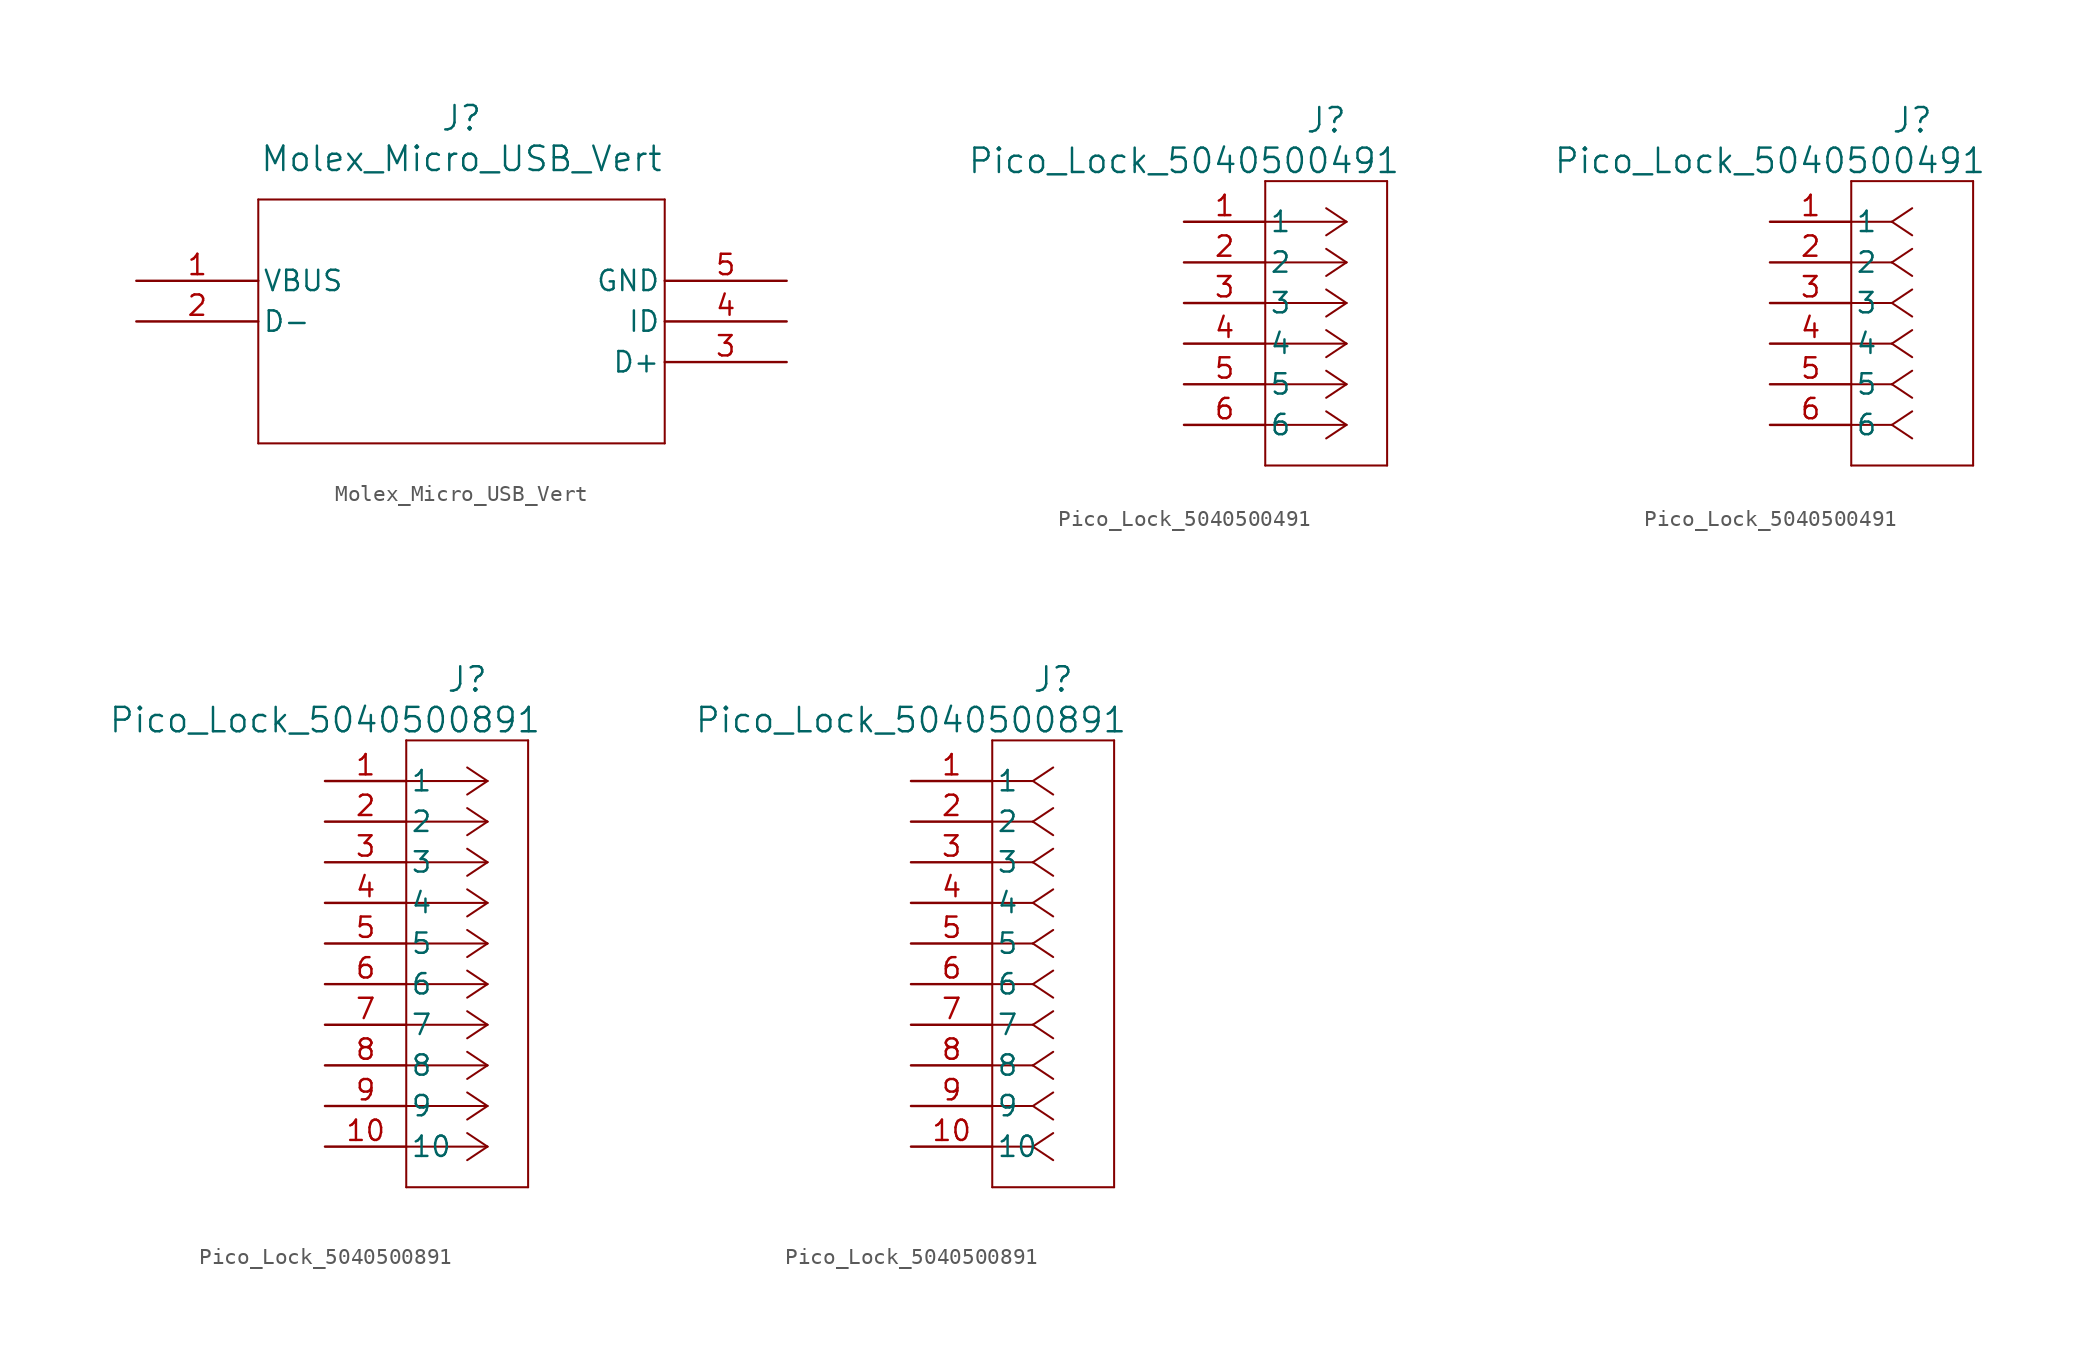
<source format=kicad_sym>
(kicad_symbol_lib
  (version 20220914)
  (generator kicad_symbol_editor)
  (symbol "Molex_Micro_USB_Vert"
    (pin_names
      (offset 0.254))
    (property "Reference" "J"
      (at 20.32 10.16 0)
      (effects (font (size 1.524 1.524))))
    (property "Value" "Molex_Micro_USB_Vert"
      (at 20.32 7.62 0)
      (effects (font (size 1.524 1.524))))
    (property "ki_locked" ""
      (at 0 0 0)
      (effects (font (size 1.27 1.27))))
    (symbol "Molex_Micro_USB_Vert_0_1"
      (polyline (pts (xy 7.62 -10.16) (xy 33.02 -10.16)) (stroke (width 0.127) (type default)) (fill (type none)))
      (polyline (pts (xy 7.62 5.08) (xy 7.62 -10.16)) (stroke (width 0.127) (type default)) (fill (type none)))
      (polyline (pts (xy 33.02 -10.16) (xy 33.02 5.08)) (stroke (width 0.127) (type default)) (fill (type none)))
      (polyline (pts (xy 33.02 5.08) (xy 7.62 5.08)) (stroke (width 0.127) (type default)) (fill (type none)))
      (pin power_in line (at 0 0 0) (length 7.62) (name "VBUS" (effects (font (size 1.27 1.27)))) (number "1" (effects (font (size 1.27 1.27)))))
      (pin bidirectional line (at 0 -2.54 0) (length 7.62) (name "D-" (effects (font (size 1.27 1.27)))) (number "2" (effects (font (size 1.27 1.27)))))
      (pin bidirectional line (at 40.64 -5.08 180) (length 7.62) (name "D+" (effects (font (size 1.27 1.27)))) (number "3" (effects (font (size 1.27 1.27)))))
      (pin bidirectional line (at 40.64 -2.54 180) (length 7.62) (name "ID" (effects (font (size 1.27 1.27)))) (number "4" (effects (font (size 1.27 1.27)))))
      (pin power_out line (at 40.64 0 180) (length 7.62) (name "GND" (effects (font (size 1.27 1.27)))) (number "5" (effects (font (size 1.27 1.27)))))))
  (symbol "Pico_Lock_5040500491"
    (pin_names
      (offset 0.254))
    (property "Reference" "J"
      (at 8.89 6.35 0)
      (effects (font (size 1.524 1.524))))
    (property "Value" "Pico_Lock_5040500491"
      (at 0 3.81 0)
      (effects (font (size 1.524 1.524))))
    (property "ki_locked" ""
      (at 0 0 0)
      (effects (font (size 1.27 1.27))))
    (symbol "Pico_Lock_5040500491_1_1"
      (polyline (pts (xy 5.08 -15.24) (xy 12.7 -15.24)) (stroke (width 0.127) (type default)) (fill (type none)))
      (polyline (pts (xy 5.08 2.54) (xy 5.08 -15.24)) (stroke (width 0.127) (type default)) (fill (type none)))
      (polyline (pts (xy 10.16 -12.7) (xy 5.08 -12.7)) (stroke (width 0.127) (type default)) (fill (type none)))
      (polyline (pts (xy 10.16 -12.7) (xy 8.89 -13.547)) (stroke (width 0.127) (type default)) (fill (type none)))
      (polyline (pts (xy 10.16 -12.7) (xy 8.89 -11.853)) (stroke (width 0.127) (type default)) (fill (type none)))
      (polyline (pts (xy 10.16 -10.16) (xy 5.08 -10.16)) (stroke (width 0.127) (type default)) (fill (type none)))
      (polyline (pts (xy 10.16 -10.16) (xy 8.89 -11.007)) (stroke (width 0.127) (type default)) (fill (type none)))
      (polyline (pts (xy 10.16 -10.16) (xy 8.89 -9.313)) (stroke (width 0.127) (type default)) (fill (type none)))
      (polyline (pts (xy 10.16 -7.62) (xy 5.08 -7.62)) (stroke (width 0.127) (type default)) (fill (type none)))
      (polyline (pts (xy 10.16 -7.62) (xy 8.89 -8.467)) (stroke (width 0.127) (type default)) (fill (type none)))
      (polyline (pts (xy 10.16 -7.62) (xy 8.89 -6.773)) (stroke (width 0.127) (type default)) (fill (type none)))
      (polyline (pts (xy 10.16 -5.08) (xy 5.08 -5.08)) (stroke (width 0.127) (type default)) (fill (type none)))
      (polyline (pts (xy 10.16 -5.08) (xy 8.89 -5.927)) (stroke (width 0.127) (type default)) (fill (type none)))
      (polyline (pts (xy 10.16 -5.08) (xy 8.89 -4.233)) (stroke (width 0.127) (type default)) (fill (type none)))
      (polyline (pts (xy 10.16 -2.54) (xy 5.08 -2.54)) (stroke (width 0.127) (type default)) (fill (type none)))
      (polyline (pts (xy 10.16 -2.54) (xy 8.89 -3.387)) (stroke (width 0.127) (type default)) (fill (type none)))
      (polyline (pts (xy 10.16 -2.54) (xy 8.89 -1.693)) (stroke (width 0.127) (type default)) (fill (type none)))
      (polyline (pts (xy 10.16 0) (xy 5.08 0)) (stroke (width 0.127) (type default)) (fill (type none)))
      (polyline (pts (xy 10.16 0) (xy 8.89 -0.847)) (stroke (width 0.127) (type default)) (fill (type none)))
      (polyline (pts (xy 10.16 0) (xy 8.89 0.847)) (stroke (width 0.127) (type default)) (fill (type none)))
      (polyline (pts (xy 12.7 -15.24) (xy 12.7 2.54)) (stroke (width 0.127) (type default)) (fill (type none)))
      (polyline (pts (xy 12.7 2.54) (xy 5.08 2.54)) (stroke (width 0.127) (type default)) (fill (type none)))
      (pin unspecified line (at 0 0 0) (length 5.08) (name "1" (effects (font (size 1.27 1.27)))) (number "1" (effects (font (size 1.27 1.27)))))
      (pin unspecified line (at 0 -2.54 0) (length 5.08) (name "2" (effects (font (size 1.27 1.27)))) (number "2" (effects (font (size 1.27 1.27)))))
      (pin unspecified line (at 0 -5.08 0) (length 5.08) (name "3" (effects (font (size 1.27 1.27)))) (number "3" (effects (font (size 1.27 1.27)))))
      (pin unspecified line (at 0 -7.62 0) (length 5.08) (name "4" (effects (font (size 1.27 1.27)))) (number "4" (effects (font (size 1.27 1.27)))))
      (pin unspecified line (at 0 -10.16 0) (length 5.08) (name "5" (effects (font (size 1.27 1.27)))) (number "5" (effects (font (size 1.27 1.27)))))
      (pin unspecified line (at 0 -12.7 0) (length 5.08) (name "6" (effects (font (size 1.27 1.27)))) (number "6" (effects (font (size 1.27 1.27))))))
    (symbol "Pico_Lock_5040500491_1_2"
      (polyline (pts (xy 5.08 -15.24) (xy 12.7 -15.24)) (stroke (width 0.127) (type default)) (fill (type none)))
      (polyline (pts (xy 5.08 2.54) (xy 5.08 -15.24)) (stroke (width 0.127) (type default)) (fill (type none)))
      (polyline (pts (xy 7.62 -12.7) (xy 5.08 -12.7)) (stroke (width 0.127) (type default)) (fill (type none)))
      (polyline (pts (xy 7.62 -12.7) (xy 8.89 -13.547)) (stroke (width 0.127) (type default)) (fill (type none)))
      (polyline (pts (xy 7.62 -12.7) (xy 8.89 -11.853)) (stroke (width 0.127) (type default)) (fill (type none)))
      (polyline (pts (xy 7.62 -10.16) (xy 5.08 -10.16)) (stroke (width 0.127) (type default)) (fill (type none)))
      (polyline (pts (xy 7.62 -10.16) (xy 8.89 -11.007)) (stroke (width 0.127) (type default)) (fill (type none)))
      (polyline (pts (xy 7.62 -10.16) (xy 8.89 -9.313)) (stroke (width 0.127) (type default)) (fill (type none)))
      (polyline (pts (xy 7.62 -7.62) (xy 5.08 -7.62)) (stroke (width 0.127) (type default)) (fill (type none)))
      (polyline (pts (xy 7.62 -7.62) (xy 8.89 -8.467)) (stroke (width 0.127) (type default)) (fill (type none)))
      (polyline (pts (xy 7.62 -7.62) (xy 8.89 -6.773)) (stroke (width 0.127) (type default)) (fill (type none)))
      (polyline (pts (xy 7.62 -5.08) (xy 5.08 -5.08)) (stroke (width 0.127) (type default)) (fill (type none)))
      (polyline (pts (xy 7.62 -5.08) (xy 8.89 -5.927)) (stroke (width 0.127) (type default)) (fill (type none)))
      (polyline (pts (xy 7.62 -5.08) (xy 8.89 -4.233)) (stroke (width 0.127) (type default)) (fill (type none)))
      (polyline (pts (xy 7.62 -2.54) (xy 5.08 -2.54)) (stroke (width 0.127) (type default)) (fill (type none)))
      (polyline (pts (xy 7.62 -2.54) (xy 8.89 -3.387)) (stroke (width 0.127) (type default)) (fill (type none)))
      (polyline (pts (xy 7.62 -2.54) (xy 8.89 -1.693)) (stroke (width 0.127) (type default)) (fill (type none)))
      (polyline (pts (xy 7.62 0) (xy 5.08 0)) (stroke (width 0.127) (type default)) (fill (type none)))
      (polyline (pts (xy 7.62 0) (xy 8.89 -0.847)) (stroke (width 0.127) (type default)) (fill (type none)))
      (polyline (pts (xy 7.62 0) (xy 8.89 0.847)) (stroke (width 0.127) (type default)) (fill (type none)))
      (polyline (pts (xy 12.7 -15.24) (xy 12.7 2.54)) (stroke (width 0.127) (type default)) (fill (type none)))
      (polyline (pts (xy 12.7 2.54) (xy 5.08 2.54)) (stroke (width 0.127) (type default)) (fill (type none)))
      (pin unspecified line (at 0 0 0) (length 5.08) (name "1" (effects (font (size 1.27 1.27)))) (number "1" (effects (font (size 1.27 1.27)))))
      (pin unspecified line (at 0 -2.54 0) (length 5.08) (name "2" (effects (font (size 1.27 1.27)))) (number "2" (effects (font (size 1.27 1.27)))))
      (pin unspecified line (at 0 -5.08 0) (length 5.08) (name "3" (effects (font (size 1.27 1.27)))) (number "3" (effects (font (size 1.27 1.27)))))
      (pin unspecified line (at 0 -7.62 0) (length 5.08) (name "4" (effects (font (size 1.27 1.27)))) (number "4" (effects (font (size 1.27 1.27)))))
      (pin unspecified line (at 0 -10.16 0) (length 5.08) (name "5" (effects (font (size 1.27 1.27)))) (number "5" (effects (font (size 1.27 1.27)))))
      (pin unspecified line (at 0 -12.7 0) (length 5.08) (name "6" (effects (font (size 1.27 1.27)))) (number "6" (effects (font (size 1.27 1.27)))))))
  (symbol "Pico_Lock_5040500891"
    (pin_names
      (offset 0.254))
    (property "Reference" "J"
      (at 8.89 6.35 0)
      (effects (font (size 1.524 1.524))))
    (property "Value" "Pico_Lock_5040500891"
      (at 0 3.81 0)
      (effects (font (size 1.524 1.524))))
    (property "ki_locked" ""
      (at 0 0 0)
      (effects (font (size 1.27 1.27))))
    (symbol "Pico_Lock_5040500891_1_1"
      (polyline (pts (xy 5.08 -25.4) (xy 12.7 -25.4)) (stroke (width 0.127) (type default)) (fill (type none)))
      (polyline (pts (xy 5.08 2.54) (xy 5.08 -25.4)) (stroke (width 0.127) (type default)) (fill (type none)))
      (polyline (pts (xy 10.16 -22.86) (xy 5.08 -22.86)) (stroke (width 0.127) (type default)) (fill (type none)))
      (polyline (pts (xy 10.16 -22.86) (xy 8.89 -23.707)) (stroke (width 0.127) (type default)) (fill (type none)))
      (polyline (pts (xy 10.16 -22.86) (xy 8.89 -22.013)) (stroke (width 0.127) (type default)) (fill (type none)))
      (polyline (pts (xy 10.16 -20.32) (xy 5.08 -20.32)) (stroke (width 0.127) (type default)) (fill (type none)))
      (polyline (pts (xy 10.16 -20.32) (xy 8.89 -21.167)) (stroke (width 0.127) (type default)) (fill (type none)))
      (polyline (pts (xy 10.16 -20.32) (xy 8.89 -19.473)) (stroke (width 0.127) (type default)) (fill (type none)))
      (polyline (pts (xy 10.16 -17.78) (xy 5.08 -17.78)) (stroke (width 0.127) (type default)) (fill (type none)))
      (polyline (pts (xy 10.16 -17.78) (xy 8.89 -18.627)) (stroke (width 0.127) (type default)) (fill (type none)))
      (polyline (pts (xy 10.16 -17.78) (xy 8.89 -16.933)) (stroke (width 0.127) (type default)) (fill (type none)))
      (polyline (pts (xy 10.16 -15.24) (xy 5.08 -15.24)) (stroke (width 0.127) (type default)) (fill (type none)))
      (polyline (pts (xy 10.16 -15.24) (xy 8.89 -16.087)) (stroke (width 0.127) (type default)) (fill (type none)))
      (polyline (pts (xy 10.16 -15.24) (xy 8.89 -14.393)) (stroke (width 0.127) (type default)) (fill (type none)))
      (polyline (pts (xy 10.16 -12.7) (xy 5.08 -12.7)) (stroke (width 0.127) (type default)) (fill (type none)))
      (polyline (pts (xy 10.16 -12.7) (xy 8.89 -13.547)) (stroke (width 0.127) (type default)) (fill (type none)))
      (polyline (pts (xy 10.16 -12.7) (xy 8.89 -11.853)) (stroke (width 0.127) (type default)) (fill (type none)))
      (polyline (pts (xy 10.16 -10.16) (xy 5.08 -10.16)) (stroke (width 0.127) (type default)) (fill (type none)))
      (polyline (pts (xy 10.16 -10.16) (xy 8.89 -11.007)) (stroke (width 0.127) (type default)) (fill (type none)))
      (polyline (pts (xy 10.16 -10.16) (xy 8.89 -9.313)) (stroke (width 0.127) (type default)) (fill (type none)))
      (polyline (pts (xy 10.16 -7.62) (xy 5.08 -7.62)) (stroke (width 0.127) (type default)) (fill (type none)))
      (polyline (pts (xy 10.16 -7.62) (xy 8.89 -8.467)) (stroke (width 0.127) (type default)) (fill (type none)))
      (polyline (pts (xy 10.16 -7.62) (xy 8.89 -6.773)) (stroke (width 0.127) (type default)) (fill (type none)))
      (polyline (pts (xy 10.16 -5.08) (xy 5.08 -5.08)) (stroke (width 0.127) (type default)) (fill (type none)))
      (polyline (pts (xy 10.16 -5.08) (xy 8.89 -5.927)) (stroke (width 0.127) (type default)) (fill (type none)))
      (polyline (pts (xy 10.16 -5.08) (xy 8.89 -4.233)) (stroke (width 0.127) (type default)) (fill (type none)))
      (polyline (pts (xy 10.16 -2.54) (xy 5.08 -2.54)) (stroke (width 0.127) (type default)) (fill (type none)))
      (polyline (pts (xy 10.16 -2.54) (xy 8.89 -3.387)) (stroke (width 0.127) (type default)) (fill (type none)))
      (polyline (pts (xy 10.16 -2.54) (xy 8.89 -1.693)) (stroke (width 0.127) (type default)) (fill (type none)))
      (polyline (pts (xy 10.16 0) (xy 5.08 0)) (stroke (width 0.127) (type default)) (fill (type none)))
      (polyline (pts (xy 10.16 0) (xy 8.89 -0.847)) (stroke (width 0.127) (type default)) (fill (type none)))
      (polyline (pts (xy 10.16 0) (xy 8.89 0.847)) (stroke (width 0.127) (type default)) (fill (type none)))
      (polyline (pts (xy 12.7 -25.4) (xy 12.7 2.54)) (stroke (width 0.127) (type default)) (fill (type none)))
      (polyline (pts (xy 12.7 2.54) (xy 5.08 2.54)) (stroke (width 0.127) (type default)) (fill (type none)))
      (pin unspecified line (at 0 0 0) (length 5.08) (name "1" (effects (font (size 1.27 1.27)))) (number "1" (effects (font (size 1.27 1.27)))))
      (pin unspecified line (at 0 -22.86 0) (length 5.08) (name "10" (effects (font (size 1.27 1.27)))) (number "10" (effects (font (size 1.27 1.27)))))
      (pin unspecified line (at 0 -2.54 0) (length 5.08) (name "2" (effects (font (size 1.27 1.27)))) (number "2" (effects (font (size 1.27 1.27)))))
      (pin unspecified line (at 0 -5.08 0) (length 5.08) (name "3" (effects (font (size 1.27 1.27)))) (number "3" (effects (font (size 1.27 1.27)))))
      (pin unspecified line (at 0 -7.62 0) (length 5.08) (name "4" (effects (font (size 1.27 1.27)))) (number "4" (effects (font (size 1.27 1.27)))))
      (pin unspecified line (at 0 -10.16 0) (length 5.08) (name "5" (effects (font (size 1.27 1.27)))) (number "5" (effects (font (size 1.27 1.27)))))
      (pin unspecified line (at 0 -12.7 0) (length 5.08) (name "6" (effects (font (size 1.27 1.27)))) (number "6" (effects (font (size 1.27 1.27)))))
      (pin unspecified line (at 0 -15.24 0) (length 5.08) (name "7" (effects (font (size 1.27 1.27)))) (number "7" (effects (font (size 1.27 1.27)))))
      (pin unspecified line (at 0 -17.78 0) (length 5.08) (name "8" (effects (font (size 1.27 1.27)))) (number "8" (effects (font (size 1.27 1.27)))))
      (pin unspecified line (at 0 -20.32 0) (length 5.08) (name "9" (effects (font (size 1.27 1.27)))) (number "9" (effects (font (size 1.27 1.27))))))
    (symbol "Pico_Lock_5040500891_1_2"
      (polyline (pts (xy 5.08 -25.4) (xy 12.7 -25.4)) (stroke (width 0.127) (type default)) (fill (type none)))
      (polyline (pts (xy 5.08 2.54) (xy 5.08 -25.4)) (stroke (width 0.127) (type default)) (fill (type none)))
      (polyline (pts (xy 7.62 -22.86) (xy 5.08 -22.86)) (stroke (width 0.127) (type default)) (fill (type none)))
      (polyline (pts (xy 7.62 -22.86) (xy 8.89 -23.707)) (stroke (width 0.127) (type default)) (fill (type none)))
      (polyline (pts (xy 7.62 -22.86) (xy 8.89 -22.013)) (stroke (width 0.127) (type default)) (fill (type none)))
      (polyline (pts (xy 7.62 -20.32) (xy 5.08 -20.32)) (stroke (width 0.127) (type default)) (fill (type none)))
      (polyline (pts (xy 7.62 -20.32) (xy 8.89 -21.167)) (stroke (width 0.127) (type default)) (fill (type none)))
      (polyline (pts (xy 7.62 -20.32) (xy 8.89 -19.473)) (stroke (width 0.127) (type default)) (fill (type none)))
      (polyline (pts (xy 7.62 -17.78) (xy 5.08 -17.78)) (stroke (width 0.127) (type default)) (fill (type none)))
      (polyline (pts (xy 7.62 -17.78) (xy 8.89 -18.627)) (stroke (width 0.127) (type default)) (fill (type none)))
      (polyline (pts (xy 7.62 -17.78) (xy 8.89 -16.933)) (stroke (width 0.127) (type default)) (fill (type none)))
      (polyline (pts (xy 7.62 -15.24) (xy 5.08 -15.24)) (stroke (width 0.127) (type default)) (fill (type none)))
      (polyline (pts (xy 7.62 -15.24) (xy 8.89 -16.087)) (stroke (width 0.127) (type default)) (fill (type none)))
      (polyline (pts (xy 7.62 -15.24) (xy 8.89 -14.393)) (stroke (width 0.127) (type default)) (fill (type none)))
      (polyline (pts (xy 7.62 -12.7) (xy 5.08 -12.7)) (stroke (width 0.127) (type default)) (fill (type none)))
      (polyline (pts (xy 7.62 -12.7) (xy 8.89 -13.547)) (stroke (width 0.127) (type default)) (fill (type none)))
      (polyline (pts (xy 7.62 -12.7) (xy 8.89 -11.853)) (stroke (width 0.127) (type default)) (fill (type none)))
      (polyline (pts (xy 7.62 -10.16) (xy 5.08 -10.16)) (stroke (width 0.127) (type default)) (fill (type none)))
      (polyline (pts (xy 7.62 -10.16) (xy 8.89 -11.007)) (stroke (width 0.127) (type default)) (fill (type none)))
      (polyline (pts (xy 7.62 -10.16) (xy 8.89 -9.313)) (stroke (width 0.127) (type default)) (fill (type none)))
      (polyline (pts (xy 7.62 -7.62) (xy 5.08 -7.62)) (stroke (width 0.127) (type default)) (fill (type none)))
      (polyline (pts (xy 7.62 -7.62) (xy 8.89 -8.467)) (stroke (width 0.127) (type default)) (fill (type none)))
      (polyline (pts (xy 7.62 -7.62) (xy 8.89 -6.773)) (stroke (width 0.127) (type default)) (fill (type none)))
      (polyline (pts (xy 7.62 -5.08) (xy 5.08 -5.08)) (stroke (width 0.127) (type default)) (fill (type none)))
      (polyline (pts (xy 7.62 -5.08) (xy 8.89 -5.927)) (stroke (width 0.127) (type default)) (fill (type none)))
      (polyline (pts (xy 7.62 -5.08) (xy 8.89 -4.233)) (stroke (width 0.127) (type default)) (fill (type none)))
      (polyline (pts (xy 7.62 -2.54) (xy 5.08 -2.54)) (stroke (width 0.127) (type default)) (fill (type none)))
      (polyline (pts (xy 7.62 -2.54) (xy 8.89 -3.387)) (stroke (width 0.127) (type default)) (fill (type none)))
      (polyline (pts (xy 7.62 -2.54) (xy 8.89 -1.693)) (stroke (width 0.127) (type default)) (fill (type none)))
      (polyline (pts (xy 7.62 0) (xy 5.08 0)) (stroke (width 0.127) (type default)) (fill (type none)))
      (polyline (pts (xy 7.62 0) (xy 8.89 -0.847)) (stroke (width 0.127) (type default)) (fill (type none)))
      (polyline (pts (xy 7.62 0) (xy 8.89 0.847)) (stroke (width 0.127) (type default)) (fill (type none)))
      (polyline (pts (xy 12.7 -25.4) (xy 12.7 2.54)) (stroke (width 0.127) (type default)) (fill (type none)))
      (polyline (pts (xy 12.7 2.54) (xy 5.08 2.54)) (stroke (width 0.127) (type default)) (fill (type none)))
      (pin unspecified line (at 0 0 0) (length 5.08) (name "1" (effects (font (size 1.27 1.27)))) (number "1" (effects (font (size 1.27 1.27)))))
      (pin unspecified line (at 0 -22.86 0) (length 5.08) (name "10" (effects (font (size 1.27 1.27)))) (number "10" (effects (font (size 1.27 1.27)))))
      (pin unspecified line (at 0 -2.54 0) (length 5.08) (name "2" (effects (font (size 1.27 1.27)))) (number "2" (effects (font (size 1.27 1.27)))))
      (pin unspecified line (at 0 -5.08 0) (length 5.08) (name "3" (effects (font (size 1.27 1.27)))) (number "3" (effects (font (size 1.27 1.27)))))
      (pin unspecified line (at 0 -7.62 0) (length 5.08) (name "4" (effects (font (size 1.27 1.27)))) (number "4" (effects (font (size 1.27 1.27)))))
      (pin unspecified line (at 0 -10.16 0) (length 5.08) (name "5" (effects (font (size 1.27 1.27)))) (number "5" (effects (font (size 1.27 1.27)))))
      (pin unspecified line (at 0 -12.7 0) (length 5.08) (name "6" (effects (font (size 1.27 1.27)))) (number "6" (effects (font (size 1.27 1.27)))))
      (pin unspecified line (at 0 -15.24 0) (length 5.08) (name "7" (effects (font (size 1.27 1.27)))) (number "7" (effects (font (size 1.27 1.27)))))
      (pin unspecified line (at 0 -17.78 0) (length 5.08) (name "8" (effects (font (size 1.27 1.27)))) (number "8" (effects (font (size 1.27 1.27)))))
      (pin unspecified line (at 0 -20.32 0) (length 5.08) (name "9" (effects (font (size 1.27 1.27)))) (number "9" (effects (font (size 1.27 1.27))))))))
</source>
